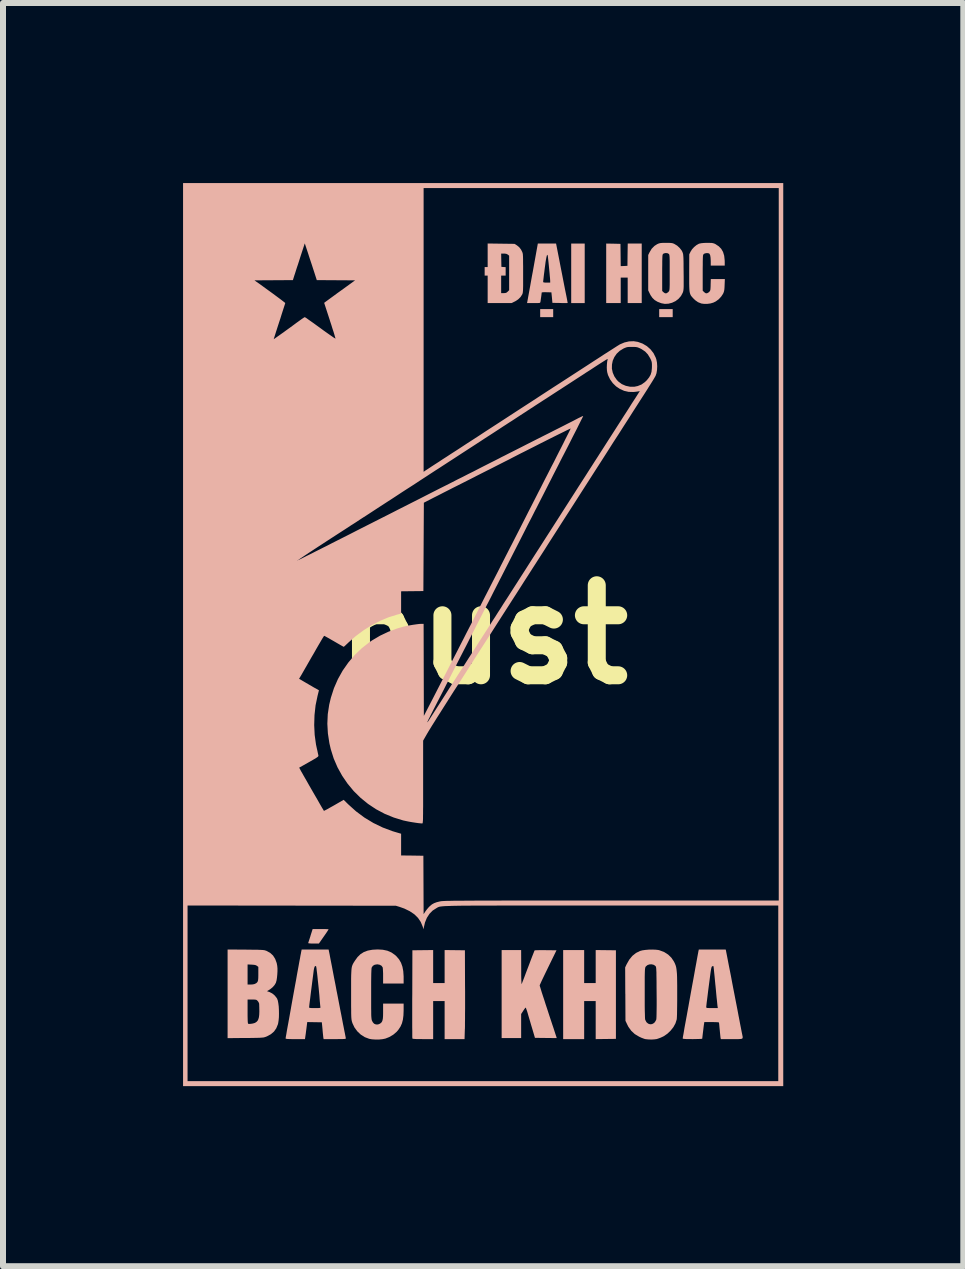
<source format=kicad_pcb>
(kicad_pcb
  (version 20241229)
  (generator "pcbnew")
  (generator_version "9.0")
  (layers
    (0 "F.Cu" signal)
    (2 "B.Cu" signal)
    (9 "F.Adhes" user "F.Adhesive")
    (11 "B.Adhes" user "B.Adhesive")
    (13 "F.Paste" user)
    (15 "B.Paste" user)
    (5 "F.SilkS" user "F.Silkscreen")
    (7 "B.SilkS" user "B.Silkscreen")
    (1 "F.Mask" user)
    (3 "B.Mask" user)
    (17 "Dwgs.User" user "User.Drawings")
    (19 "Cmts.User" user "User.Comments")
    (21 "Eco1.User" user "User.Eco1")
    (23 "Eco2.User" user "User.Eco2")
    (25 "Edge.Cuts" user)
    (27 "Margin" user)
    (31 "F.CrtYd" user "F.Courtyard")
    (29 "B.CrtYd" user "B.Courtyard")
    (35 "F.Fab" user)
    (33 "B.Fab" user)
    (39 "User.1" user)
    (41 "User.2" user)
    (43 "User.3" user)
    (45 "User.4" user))
  (footprint "hust"
    (layer "F.Cu")
    (at 5 7.523)
    (property "Reference" "hust" (at 0 0 0) (layer "F.SilkS") (effects (font (size 1.5 1.5) (thickness 0.3))))
    (attr board_only exclude_from_pos_files exclude_from_bom)
    (fp_poly (pts (xy 1.167 -5.356) (xy 1.167 -5.289) (xy 1.058 -5.289) (xy 0.95 -5.289) (xy 0.95 -5.356) (xy 0.95 -5.423) (xy 1.058 -5.423) (xy 1.167 -5.423)) (stroke (width 0) (type solid)) (fill yes) (layer "B.SilkS"))
    (fp_poly (pts (xy 1.692 -6.019) (xy 1.692 -5.523) (xy 1.579 -5.523) (xy 1.467 -5.523) (xy 1.467 -6.019) (xy 1.467 -6.515) (xy 1.579 -6.515) (xy 1.692 -6.515)) (stroke (width 0) (type solid)) (fill yes) (layer "B.SilkS"))
    (fp_poly (pts (xy 3.158 -5.356) (xy 3.158 -5.289) (xy 3.046 -5.289) (xy 2.933 -5.289) (xy 2.933 -5.356) (xy 2.933 -5.423) (xy 3.046 -5.423) (xy 3.158 -5.423)) (stroke (width 0) (type solid)) (fill yes) (layer "B.SilkS"))
    (fp_poly (pts (xy -2.663 4.906) (xy -2.624 4.907) (xy -2.595 4.908) (xy -2.578 4.91) (xy -2.575 4.911) (xy -2.58 4.919) (xy -2.592 4.938) (xy -2.611 4.967) (xy -2.635 5.002) (xy -2.656 5.032) (xy -2.737 5.148) (xy -2.828 5.148) (xy -2.869 5.147) (xy -2.896 5.145) (xy -2.911 5.143) (xy -2.915 5.138) (xy -2.914 5.137) (xy -2.911 5.126) (xy -2.903 5.102) (xy -2.892 5.068) (xy -2.879 5.028) (xy -2.876 5.016) (xy -2.841 4.906) (xy -2.708 4.906)) (stroke (width 0) (type solid)) (fill yes) (layer "B.SilkS"))
    (fp_poly (pts (xy 2.044 5.258) (xy 2.212 5.26) (xy 2.212 5.998) (xy 2.212 6.736) (xy 2.044 6.738) (xy 1.875 6.74) (xy 1.875 6.423) (xy 1.875 6.106) (xy 1.779 6.106) (xy 1.683 6.106) (xy 1.683 6.423) (xy 1.683 6.74) (xy 1.508 6.74) (xy 1.333 6.74) (xy 1.333 5.998) (xy 1.333 5.256) (xy 1.508 5.256) (xy 1.683 5.256) (xy 1.683 5.531) (xy 1.683 5.806) (xy 1.779 5.806) (xy 1.875 5.806) (xy 1.875 5.531) (xy 1.875 5.256)) (stroke (width 0) (type solid)) (fill yes) (layer "B.SilkS"))
    (fp_poly (pts (xy 2.169 -6.513) (xy 2.288 -6.51) (xy 2.29 -6.325) (xy 2.292 -6.139) (xy 2.348 -6.141) (xy 2.404 -6.144) (xy 2.406 -6.329) (xy 2.409 -6.515) (xy 2.525 -6.515) (xy 2.642 -6.515) (xy 2.642 -6.019) (xy 2.642 -5.523) (xy 2.525 -5.523) (xy 2.408 -5.523) (xy 2.408 -5.735) (xy 2.408 -5.948) (xy 2.35 -5.948) (xy 2.292 -5.948) (xy 2.292 -5.735) (xy 2.292 -5.523) (xy 2.171 -5.523) (xy 2.05 -5.523) (xy 2.05 -6.019) (xy 2.05 -6.515)) (stroke (width 0) (type solid)) (fill yes) (layer "B.SilkS"))
    (fp_poly (pts (xy -0.473 5.258) (xy -0.304 5.26) (xy -0.302 5.839) (xy -0.301 5.941) (xy -0.301 6.043) (xy -0.301 6.141) (xy -0.301 6.235) (xy -0.302 6.322) (xy -0.302 6.4) (xy -0.303 6.469) (xy -0.303 6.525) (xy -0.304 6.567) (xy -0.305 6.579) (xy -0.31 6.74) (xy -0.476 6.74) (xy -0.642 6.74) (xy -0.642 6.423) (xy -0.642 6.106) (xy -0.738 6.106) (xy -0.833 6.106) (xy -0.833 6.423) (xy -0.833 6.74) (xy -1.004 6.74) (xy -1.066 6.739) (xy -1.112 6.739) (xy -1.145 6.737) (xy -1.166 6.735) (xy -1.177 6.732) (xy -1.179 6.729) (xy -1.18 6.72) (xy -1.181 6.694) (xy -1.181 6.655) (xy -1.181 6.603) (xy -1.182 6.538) (xy -1.182 6.463) (xy -1.182 6.379) (xy -1.182 6.287) (xy -1.182 6.188) (xy -1.182 6.082) (xy -1.181 5.989) (xy -1.179 5.26) (xy -1.006 5.258) (xy -0.833 5.256) (xy -0.833 5.531) (xy -0.833 5.806) (xy -0.738 5.806) (xy -0.642 5.806) (xy -0.642 5.531) (xy -0.642 5.256)) (stroke (width 0) (type solid)) (fill yes) (layer "B.SilkS"))
    (fp_poly (pts (xy 0.299 -6.513) (xy 0.522 -6.51) (xy 0.563 -6.485) (xy 0.6 -6.455) (xy 0.631 -6.415) (xy 0.653 -6.371) (xy 0.661 -6.342) (xy 0.662 -6.326) (xy 0.664 -6.296) (xy 0.665 -6.254) (xy 0.665 -6.201) (xy 0.666 -6.14) (xy 0.666 -6.073) (xy 0.666 -6.006) (xy 0.666 -5.926) (xy 0.666 -5.861) (xy 0.666 -5.809) (xy 0.665 -5.768) (xy 0.664 -5.737) (xy 0.662 -5.714) (xy 0.66 -5.696) (xy 0.657 -5.683) (xy 0.653 -5.673) (xy 0.651 -5.668) (xy 0.623 -5.624) (xy 0.582 -5.584) (xy 0.531 -5.551) (xy 0.521 -5.547) (xy 0.471 -5.523) (xy 0.273 -5.523) (xy 0.075 -5.523) (xy 0.075 -5.752) (xy 0.075 -5.981) (xy 0.05 -5.981) (xy 0.025 -5.981) (xy 0.025 -6.052) (xy 0.025 -6.123) (xy 0.05 -6.123) (xy 0.075 -6.123) (xy 0.075 -6.319) (xy 0.075 -6.348) (xy 0.3 -6.348) (xy 0.302 -6.237) (xy 0.304 -6.127) (xy 0.34 -6.124) (xy 0.375 -6.122) (xy 0.375 -6.052) (xy 0.375 -5.981) (xy 0.338 -5.981) (xy 0.3 -5.981) (xy 0.3 -5.835) (xy 0.3 -5.689) (xy 0.342 -5.689) (xy 0.371 -5.691) (xy 0.39 -5.698) (xy 0.408 -5.713) (xy 0.409 -5.714) (xy 0.433 -5.738) (xy 0.433 -6.026) (xy 0.433 -6.313) (xy 0.411 -6.331) (xy 0.389 -6.343) (xy 0.359 -6.348) (xy 0.344 -6.348) (xy 0.3 -6.348) (xy 0.075 -6.348) (xy 0.075 -6.516)) (stroke (width 0) (type solid)) (fill yes) (layer "B.SilkS"))
    (fp_poly (pts (xy 0.634 5.546) (xy 0.634 5.617) (xy 0.634 5.68) (xy 0.635 5.734) (xy 0.637 5.776) (xy 0.638 5.806) (xy 0.64 5.821) (xy 0.641 5.823) (xy 0.646 5.812) (xy 0.655 5.788) (xy 0.669 5.752) (xy 0.687 5.706) (xy 0.707 5.652) (xy 0.73 5.591) (xy 0.75 5.539) (xy 0.774 5.476) (xy 0.796 5.417) (xy 0.816 5.365) (xy 0.833 5.322) (xy 0.846 5.289) (xy 0.854 5.268) (xy 0.858 5.262) (xy 0.867 5.26) (xy 0.891 5.259) (xy 0.927 5.258) (xy 0.972 5.257) (xy 1.023 5.258) (xy 1.043 5.258) (xy 1.222 5.26) (xy 1.082 5.547) (xy 1.051 5.611) (xy 1.022 5.671) (xy 0.996 5.725) (xy 0.974 5.771) (xy 0.958 5.807) (xy 0.946 5.833) (xy 0.942 5.845) (xy 0.942 5.845) (xy 0.944 5.856) (xy 0.952 5.88) (xy 0.963 5.917) (xy 0.978 5.966) (xy 0.997 6.024) (xy 1.019 6.09) (xy 1.042 6.163) (xy 1.068 6.241) (xy 1.078 6.272) (xy 1.104 6.352) (xy 1.129 6.427) (xy 1.152 6.497) (xy 1.173 6.559) (xy 1.19 6.612) (xy 1.204 6.655) (xy 1.214 6.685) (xy 1.22 6.702) (xy 1.22 6.704) (xy 1.226 6.723) (xy 1.044 6.721) (xy 0.863 6.719) (xy 0.816 6.56) (xy 0.799 6.504) (xy 0.782 6.445) (xy 0.765 6.388) (xy 0.751 6.34) (xy 0.742 6.308) (xy 0.731 6.272) (xy 0.72 6.242) (xy 0.713 6.222) (xy 0.708 6.215) (xy 0.701 6.221) (xy 0.688 6.238) (xy 0.671 6.263) (xy 0.667 6.269) (xy 0.633 6.322) (xy 0.633 6.523) (xy 0.633 6.723) (xy 0.471 6.723) (xy 0.308 6.723) (xy 0.308 5.989) (xy 0.308 5.256) (xy 0.471 5.256) (xy 0.633 5.256)) (stroke (width 0) (type solid)) (fill yes) (layer "B.SilkS"))
    (fp_poly (pts (xy 1.267 -6.25) (xy 1.282 -6.171) (xy 1.299 -6.084) (xy 1.317 -5.993) (xy 1.334 -5.905) (xy 1.35 -5.823) (xy 1.363 -5.757) (xy 1.375 -5.698) (xy 1.386 -5.644) (xy 1.395 -5.598) (xy 1.402 -5.561) (xy 1.406 -5.536) (xy 1.408 -5.526) (xy 1.408 -5.525) (xy 1.4 -5.524) (xy 1.379 -5.524) (xy 1.346 -5.524) (xy 1.305 -5.524) (xy 1.281 -5.525) (xy 1.154 -5.527) (xy 1.146 -5.614) (xy 1.137 -5.702) (xy 1.056 -5.704) (xy 1.019 -5.705) (xy 0.991 -5.703) (xy 0.977 -5.7) (xy 0.975 -5.699) (xy 0.974 -5.685) (xy 0.971 -5.66) (xy 0.967 -5.629) (xy 0.962 -5.596) (xy 0.958 -5.566) (xy 0.955 -5.546) (xy 0.954 -5.541) (xy 0.951 -5.534) (xy 0.947 -5.529) (xy 0.936 -5.525) (xy 0.918 -5.524) (xy 0.889 -5.523) (xy 0.846 -5.523) (xy 0.84 -5.523) (xy 0.731 -5.523) (xy 0.736 -5.546) (xy 0.738 -5.558) (xy 0.743 -5.585) (xy 0.75 -5.625) (xy 0.76 -5.678) (xy 0.771 -5.74) (xy 0.784 -5.811) (xy 0.796 -5.879) (xy 1 -5.879) (xy 1.002 -5.871) (xy 1.011 -5.867) (xy 1.031 -5.865) (xy 1.058 -5.864) (xy 1.117 -5.864) (xy 1.117 -5.892) (xy 1.116 -5.908) (xy 1.114 -5.938) (xy 1.11 -5.978) (xy 1.106 -6.026) (xy 1.101 -6.078) (xy 1.096 -6.131) (xy 1.091 -6.182) (xy 1.086 -6.229) (xy 1.082 -6.267) (xy 1.079 -6.295) (xy 1.079 -6.297) (xy 1.074 -6.32) (xy 1.069 -6.328) (xy 1.063 -6.321) (xy 1.057 -6.299) (xy 1.049 -6.261) (xy 1.04 -6.208) (xy 1.031 -6.138) (xy 1.026 -6.102) (xy 1.019 -6.044) (xy 1.012 -5.992) (xy 1.007 -5.946) (xy 1.003 -5.911) (xy 1 -5.887) (xy 1 -5.879) (xy 0.796 -5.879) (xy 0.798 -5.89) (xy 0.813 -5.974) (xy 0.826 -6.042) (xy 0.911 -6.515) (xy 1.063 -6.515) (xy 1.215 -6.515)) (stroke (width 0) (type solid)) (fill yes) (layer "B.SilkS"))
    (fp_poly (pts (xy 3.779 -6.526) (xy 3.809 -6.525) (xy 3.831 -6.521) (xy 3.851 -6.515) (xy 3.872 -6.505) (xy 3.873 -6.504) (xy 3.926 -6.469) (xy 3.967 -6.427) (xy 3.997 -6.375) (xy 4.016 -6.312) (xy 4.024 -6.237) (xy 4.025 -6.205) (xy 4.025 -6.148) (xy 3.908 -6.148) (xy 3.792 -6.148) (xy 3.792 -6.222) (xy 3.789 -6.278) (xy 3.783 -6.318) (xy 3.772 -6.343) (xy 3.764 -6.35) (xy 3.742 -6.356) (xy 3.713 -6.355) (xy 3.687 -6.348) (xy 3.675 -6.34) (xy 3.671 -6.335) (xy 3.667 -6.328) (xy 3.664 -6.319) (xy 3.662 -6.304) (xy 3.661 -6.283) (xy 3.66 -6.254) (xy 3.659 -6.215) (xy 3.659 -6.164) (xy 3.658 -6.099) (xy 3.658 -6.026) (xy 3.658 -5.73) (xy 3.683 -5.705) (xy 3.706 -5.688) (xy 3.728 -5.686) (xy 3.752 -5.698) (xy 3.767 -5.711) (xy 3.776 -5.721) (xy 3.782 -5.732) (xy 3.786 -5.748) (xy 3.788 -5.772) (xy 3.79 -5.808) (xy 3.79 -5.827) (xy 3.793 -5.923) (xy 3.91 -5.923) (xy 4.027 -5.923) (xy 4.023 -5.823) (xy 4.021 -5.778) (xy 4.018 -5.745) (xy 4.013 -5.72) (xy 4.006 -5.698) (xy 3.997 -5.678) (xy 3.966 -5.631) (xy 3.925 -5.587) (xy 3.876 -5.551) (xy 3.835 -5.531) (xy 3.787 -5.517) (xy 3.733 -5.51) (xy 3.681 -5.51) (xy 3.636 -5.516) (xy 3.633 -5.517) (xy 3.58 -5.538) (xy 3.533 -5.571) (xy 3.5 -5.603) (xy 3.484 -5.621) (xy 3.47 -5.637) (xy 3.459 -5.653) (xy 3.451 -5.671) (xy 3.444 -5.693) (xy 3.439 -5.72) (xy 3.436 -5.754) (xy 3.434 -5.797) (xy 3.433 -5.85) (xy 3.433 -5.916) (xy 3.433 -5.997) (xy 3.433 -6.025) (xy 3.434 -6.335) (xy 3.455 -6.379) (xy 3.48 -6.419) (xy 3.515 -6.457) (xy 3.554 -6.489) (xy 3.593 -6.511) (xy 3.606 -6.515) (xy 3.635 -6.521) (xy 3.677 -6.525) (xy 3.726 -6.527) (xy 3.737 -6.527)) (stroke (width 0) (type solid)) (fill yes) (layer "B.SilkS"))
    (fp_poly (pts (xy 3.091 -6.527) (xy 3.124 -6.525) (xy 3.149 -6.522) (xy 3.169 -6.516) (xy 3.185 -6.509) (xy 3.233 -6.48) (xy 3.275 -6.441) (xy 3.309 -6.397) (xy 3.318 -6.379) (xy 3.323 -6.367) (xy 3.327 -6.355) (xy 3.331 -6.342) (xy 3.333 -6.326) (xy 3.335 -6.304) (xy 3.337 -6.275) (xy 3.338 -6.237) (xy 3.339 -6.188) (xy 3.339 -6.126) (xy 3.34 -6.05) (xy 3.34 -6.039) (xy 3.341 -5.96) (xy 3.341 -5.897) (xy 3.341 -5.846) (xy 3.341 -5.806) (xy 3.34 -5.775) (xy 3.338 -5.752) (xy 3.336 -5.734) (xy 3.333 -5.719) (xy 3.329 -5.707) (xy 3.325 -5.695) (xy 3.296 -5.641) (xy 3.255 -5.594) (xy 3.205 -5.556) (xy 3.148 -5.529) (xy 3.087 -5.513) (xy 3.026 -5.51) (xy 2.967 -5.521) (xy 2.905 -5.545) (xy 2.857 -5.574) (xy 2.82 -5.61) (xy 2.789 -5.655) (xy 2.778 -5.677) (xy 2.75 -5.735) (xy 2.75 -6.027) (xy 2.983 -6.027) (xy 2.983 -5.725) (xy 3.006 -5.703) (xy 3.031 -5.686) (xy 3.056 -5.687) (xy 3.081 -5.704) (xy 3.09 -5.713) (xy 3.094 -5.719) (xy 3.098 -5.726) (xy 3.102 -5.735) (xy 3.104 -5.748) (xy 3.106 -5.767) (xy 3.107 -5.793) (xy 3.108 -5.829) (xy 3.108 -5.875) (xy 3.108 -5.935) (xy 3.108 -6.009) (xy 3.108 -6.032) (xy 3.108 -6.11) (xy 3.108 -6.174) (xy 3.108 -6.224) (xy 3.107 -6.262) (xy 3.106 -6.291) (xy 3.104 -6.311) (xy 3.102 -6.325) (xy 3.099 -6.334) (xy 3.096 -6.34) (xy 3.092 -6.343) (xy 3.069 -6.355) (xy 3.039 -6.357) (xy 3.012 -6.351) (xy 2.999 -6.343) (xy 2.995 -6.339) (xy 2.992 -6.333) (xy 2.989 -6.323) (xy 2.987 -6.308) (xy 2.986 -6.287) (xy 2.985 -6.257) (xy 2.984 -6.217) (xy 2.984 -6.166) (xy 2.983 -6.1) (xy 2.983 -6.027) (xy 2.75 -6.027) (xy 2.75 -6.029) (xy 2.75 -6.324) (xy 2.771 -6.367) (xy 2.807 -6.428) (xy 2.853 -6.475) (xy 2.898 -6.504) (xy 2.92 -6.514) (xy 2.939 -6.52) (xy 2.96 -6.524) (xy 2.987 -6.526) (xy 3.025 -6.527) (xy 3.046 -6.527)) (stroke (width 0) (type solid)) (fill yes) (layer "B.SilkS"))
    (fp_poly (pts (xy -1.672 5.251) (xy -1.596 5.267) (xy -1.529 5.296) (xy -1.469 5.338) (xy -1.442 5.363) (xy -1.4 5.413) (xy -1.368 5.469) (xy -1.345 5.534) (xy -1.331 5.608) (xy -1.325 5.696) (xy -1.325 5.723) (xy -1.325 5.814) (xy -1.496 5.814) (xy -1.667 5.814) (xy -1.667 5.69) (xy -1.667 5.644) (xy -1.669 5.603) (xy -1.671 5.57) (xy -1.673 5.549) (xy -1.675 5.544) (xy -1.693 5.518) (xy -1.724 5.501) (xy -1.763 5.494) (xy -1.766 5.494) (xy -1.807 5.501) (xy -1.838 5.519) (xy -1.857 5.548) (xy -1.858 5.549) (xy -1.86 5.565) (xy -1.862 5.597) (xy -1.864 5.646) (xy -1.865 5.711) (xy -1.866 5.793) (xy -1.866 5.89) (xy -1.866 5.989) (xy -1.866 6.083) (xy -1.866 6.162) (xy -1.866 6.227) (xy -1.865 6.28) (xy -1.865 6.322) (xy -1.864 6.356) (xy -1.862 6.381) (xy -1.86 6.4) (xy -1.858 6.414) (xy -1.855 6.425) (xy -1.852 6.434) (xy -1.851 6.436) (xy -1.837 6.461) (xy -1.82 6.48) (xy -1.816 6.484) (xy -1.786 6.496) (xy -1.752 6.496) (xy -1.72 6.483) (xy -1.717 6.481) (xy -1.699 6.467) (xy -1.686 6.45) (xy -1.677 6.427) (xy -1.671 6.397) (xy -1.668 6.357) (xy -1.667 6.304) (xy -1.667 6.278) (xy -1.667 6.148) (xy -1.496 6.148) (xy -1.325 6.148) (xy -1.325 6.258) (xy -1.328 6.343) (xy -1.337 6.415) (xy -1.353 6.477) (xy -1.377 6.531) (xy -1.41 6.581) (xy -1.44 6.617) (xy -1.497 6.666) (xy -1.565 6.706) (xy -1.628 6.731) (xy -1.677 6.741) (xy -1.735 6.747) (xy -1.797 6.747) (xy -1.855 6.743) (xy -1.899 6.735) (xy -1.973 6.707) (xy -2.039 6.665) (xy -2.097 6.61) (xy -2.144 6.546) (xy -2.178 6.474) (xy -2.183 6.458) (xy -2.187 6.445) (xy -2.19 6.432) (xy -2.193 6.416) (xy -2.195 6.397) (xy -2.197 6.373) (xy -2.198 6.342) (xy -2.199 6.303) (xy -2.199 6.254) (xy -2.2 6.194) (xy -2.2 6.121) (xy -2.2 6.034) (xy -2.2 5.985) (xy -2.2 5.888) (xy -2.2 5.805) (xy -2.2 5.736) (xy -2.199 5.679) (xy -2.197 5.632) (xy -2.195 5.594) (xy -2.192 5.563) (xy -2.188 5.538) (xy -2.182 5.517) (xy -2.175 5.499) (xy -2.166 5.481) (xy -2.155 5.462) (xy -2.142 5.442) (xy -2.137 5.434) (xy -2.093 5.373) (xy -2.044 5.325) (xy -1.987 5.289) (xy -1.922 5.265) (xy -1.846 5.251) (xy -1.758 5.246)) (stroke (width 0) (type solid)) (fill yes) (layer "B.SilkS"))
    (fp_poly (pts (xy -3.956 5.249) (xy -3.877 5.25) (xy -3.813 5.251) (xy -3.761 5.251) (xy -3.721 5.253) (xy -3.69 5.254) (xy -3.666 5.256) (xy -3.648 5.258) (xy -3.633 5.262) (xy -3.621 5.266) (xy -3.608 5.27) (xy -3.608 5.271) (xy -3.549 5.303) (xy -3.501 5.347) (xy -3.465 5.404) (xy -3.44 5.472) (xy -3.431 5.518) (xy -3.427 5.56) (xy -3.427 5.61) (xy -3.43 5.663) (xy -3.435 5.715) (xy -3.442 5.761) (xy -3.452 5.796) (xy -3.454 5.803) (xy -3.476 5.84) (xy -3.509 5.877) (xy -3.55 5.91) (xy -3.566 5.92) (xy -3.602 5.941) (xy -3.559 5.956) (xy -3.514 5.979) (xy -3.472 6.014) (xy -3.439 6.056) (xy -3.432 6.068) (xy -3.421 6.099) (xy -3.413 6.142) (xy -3.406 6.195) (xy -3.403 6.254) (xy -3.402 6.314) (xy -3.403 6.374) (xy -3.408 6.428) (xy -3.415 6.474) (xy -3.42 6.494) (xy -3.447 6.56) (xy -3.485 6.614) (xy -3.536 6.658) (xy -3.6 6.693) (xy -3.615 6.699) (xy -3.628 6.704) (xy -3.641 6.708) (xy -3.655 6.712) (xy -3.674 6.714) (xy -3.697 6.716) (xy -3.728 6.718) (xy -3.769 6.719) (xy -3.82 6.72) (xy -3.884 6.721) (xy -3.96 6.721) (xy -4.258 6.724) (xy -4.258 6.281) (xy -3.925 6.281) (xy -3.925 6.347) (xy -3.924 6.399) (xy -3.923 6.437) (xy -3.921 6.463) (xy -3.918 6.478) (xy -3.915 6.484) (xy -3.915 6.485) (xy -3.896 6.487) (xy -3.868 6.485) (xy -3.837 6.48) (xy -3.809 6.472) (xy -3.796 6.466) (xy -3.774 6.451) (xy -3.757 6.432) (xy -3.745 6.407) (xy -3.736 6.375) (xy -3.731 6.333) (xy -3.729 6.28) (xy -3.73 6.214) (xy -3.732 6.151) (xy -3.738 6.133) (xy -3.751 6.111) (xy -3.755 6.107) (xy -3.766 6.095) (xy -3.777 6.087) (xy -3.791 6.083) (xy -3.814 6.081) (xy -3.849 6.081) (xy -3.851 6.081) (xy -3.925 6.081) (xy -3.925 6.281) (xy -4.258 6.281) (xy -4.258 5.985) (xy -4.258 5.663) (xy -3.925 5.663) (xy -3.925 5.831) (xy -3.875 5.831) (xy -3.843 5.829) (xy -3.815 5.824) (xy -3.802 5.819) (xy -3.781 5.808) (xy -3.766 5.795) (xy -3.756 5.779) (xy -3.75 5.757) (xy -3.747 5.725) (xy -3.746 5.681) (xy -3.746 5.654) (xy -3.746 5.537) (xy -3.769 5.519) (xy -3.787 5.509) (xy -3.811 5.503) (xy -3.845 5.5) (xy -3.859 5.499) (xy -3.925 5.496) (xy -3.925 5.663) (xy -4.258 5.663) (xy -4.258 5.247)) (stroke (width 0) (type solid)) (fill yes) (layer "B.SilkS"))
    (fp_poly (pts (xy 2.872 5.25) (xy 2.918 5.255) (xy 2.938 5.26) (xy 3.017 5.29) (xy 3.083 5.332) (xy 3.137 5.385) (xy 3.177 5.445) (xy 3.19 5.47) (xy 3.2 5.493) (xy 3.209 5.517) (xy 3.216 5.544) (xy 3.221 5.574) (xy 3.225 5.61) (xy 3.229 5.654) (xy 3.231 5.706) (xy 3.232 5.769) (xy 3.233 5.844) (xy 3.233 5.933) (xy 3.233 6.001) (xy 3.233 6.103) (xy 3.232 6.192) (xy 3.231 6.267) (xy 3.23 6.328) (xy 3.228 6.375) (xy 3.226 6.406) (xy 3.224 6.416) (xy 3.204 6.478) (xy 3.17 6.54) (xy 3.124 6.598) (xy 3.071 6.649) (xy 3.012 6.69) (xy 2.992 6.7) (xy 2.957 6.716) (xy 2.922 6.729) (xy 2.895 6.738) (xy 2.892 6.739) (xy 2.855 6.744) (xy 2.81 6.747) (xy 2.761 6.746) (xy 2.718 6.742) (xy 2.696 6.739) (xy 2.673 6.731) (xy 2.641 6.719) (xy 2.606 6.703) (xy 2.596 6.698) (xy 2.526 6.656) (xy 2.467 6.601) (xy 2.419 6.534) (xy 2.402 6.5) (xy 2.371 6.435) (xy 2.369 5.99) (xy 2.368 5.979) (xy 2.692 5.979) (xy 2.692 6.09) (xy 2.692 6.185) (xy 2.693 6.265) (xy 2.695 6.328) (xy 2.696 6.375) (xy 2.698 6.406) (xy 2.701 6.42) (xy 2.721 6.458) (xy 2.749 6.482) (xy 2.781 6.493) (xy 2.814 6.49) (xy 2.847 6.472) (xy 2.852 6.467) (xy 2.87 6.443) (xy 2.883 6.417) (xy 2.884 6.415) (xy 2.886 6.399) (xy 2.888 6.366) (xy 2.889 6.318) (xy 2.89 6.254) (xy 2.891 6.176) (xy 2.891 6.083) (xy 2.89 5.976) (xy 2.89 5.963) (xy 2.889 5.868) (xy 2.889 5.789) (xy 2.888 5.723) (xy 2.887 5.67) (xy 2.887 5.627) (xy 2.885 5.595) (xy 2.884 5.57) (xy 2.882 5.553) (xy 2.88 5.54) (xy 2.877 5.532) (xy 2.874 5.527) (xy 2.872 5.523) (xy 2.844 5.503) (xy 2.809 5.494) (xy 2.772 5.495) (xy 2.739 5.506) (xy 2.713 5.527) (xy 2.708 5.533) (xy 2.704 5.54) (xy 2.701 5.548) (xy 2.699 5.558) (xy 2.697 5.573) (xy 2.695 5.593) (xy 2.694 5.62) (xy 2.693 5.655) (xy 2.692 5.701) (xy 2.692 5.757) (xy 2.692 5.827) (xy 2.692 5.91) (xy 2.692 5.979) (xy 2.368 5.979) (xy 2.366 5.545) (xy 2.391 5.492) (xy 2.435 5.415) (xy 2.486 5.353) (xy 2.546 5.305) (xy 2.614 5.271) (xy 2.615 5.271) (xy 2.653 5.261) (xy 2.703 5.254) (xy 2.76 5.249) (xy 2.818 5.248)) (stroke (width 0) (type solid)) (fill yes) (layer "B.SilkS"))
    (fp_poly (pts (xy -2.571 5.266) (xy -2.569 5.277) (xy -2.564 5.3) (xy -2.557 5.335) (xy -2.548 5.384) (xy -2.536 5.446) (xy -2.521 5.522) (xy -2.504 5.612) (xy -2.484 5.717) (xy -2.46 5.838) (xy -2.442 5.935) (xy -2.431 5.989) (xy -2.419 6.051) (xy -2.406 6.119) (xy -2.392 6.191) (xy -2.378 6.265) (xy -2.363 6.34) (xy -2.349 6.413) (xy -2.336 6.482) (xy -2.323 6.547) (xy -2.312 6.604) (xy -2.302 6.653) (xy -2.295 6.69) (xy -2.29 6.715) (xy -2.288 6.725) (xy -2.288 6.73) (xy -2.292 6.733) (xy -2.301 6.736) (xy -2.318 6.738) (xy -2.344 6.739) (xy -2.382 6.739) (xy -2.433 6.74) (xy -2.471 6.74) (xy -2.658 6.74) (xy -2.662 6.721) (xy -2.664 6.706) (xy -2.667 6.678) (xy -2.671 6.641) (xy -2.675 6.598) (xy -2.676 6.581) (xy -2.688 6.46) (xy -2.809 6.458) (xy -2.931 6.456) (xy -2.945 6.567) (xy -2.951 6.611) (xy -2.956 6.652) (xy -2.961 6.685) (xy -2.964 6.707) (xy -2.964 6.708) (xy -2.969 6.74) (xy -3.13 6.74) (xy -3.187 6.74) (xy -3.228 6.739) (xy -3.258 6.738) (xy -3.276 6.736) (xy -3.287 6.733) (xy -3.291 6.729) (xy -3.292 6.727) (xy -3.29 6.717) (xy -3.286 6.693) (xy -3.279 6.655) (xy -3.271 6.605) (xy -3.26 6.544) (xy -3.247 6.474) (xy -3.233 6.397) (xy -3.218 6.313) (xy -3.202 6.224) (xy -3.2 6.21) (xy -2.9 6.21) (xy -2.897 6.216) (xy -2.888 6.22) (xy -2.869 6.222) (xy -2.838 6.223) (xy -2.804 6.223) (xy -2.763 6.223) (xy -2.736 6.222) (xy -2.72 6.22) (xy -2.712 6.217) (xy -2.711 6.211) (xy -2.712 6.204) (xy -2.714 6.187) (xy -2.717 6.159) (xy -2.72 6.125) (xy -2.721 6.119) (xy -2.725 6.069) (xy -2.729 6.012) (xy -2.735 5.95) (xy -2.741 5.885) (xy -2.748 5.82) (xy -2.755 5.756) (xy -2.761 5.696) (xy -2.767 5.642) (xy -2.773 5.596) (xy -2.777 5.56) (xy -2.781 5.537) (xy -2.783 5.528) (xy -2.796 5.521) (xy -2.806 5.53) (xy -2.815 5.554) (xy -2.823 5.594) (xy -2.824 5.603) (xy -2.832 5.667) (xy -2.841 5.736) (xy -2.85 5.806) (xy -2.859 5.877) (xy -2.868 5.946) (xy -2.876 6.011) (xy -2.883 6.07) (xy -2.89 6.121) (xy -2.895 6.163) (xy -2.898 6.193) (xy -2.9 6.209) (xy -2.9 6.21) (xy -3.2 6.21) (xy -3.186 6.132) (xy -3.169 6.038) (xy -3.152 5.944) (xy -3.135 5.85) (xy -3.118 5.759) (xy -3.103 5.672) (xy -3.088 5.59) (xy -3.074 5.514) (xy -3.062 5.447) (xy -3.051 5.39) (xy -3.043 5.343) (xy -3.036 5.31) (xy -3.033 5.291) (xy -3.024 5.248) (xy -2.8 5.248) (xy -2.575 5.248)) (stroke (width 0) (type solid)) (fill yes) (layer "B.SilkS"))
    (fp_poly (pts (xy 4.046 5.266) (xy 4.048 5.278) (xy 4.053 5.304) (xy 4.061 5.344) (xy 4.071 5.396) (xy 4.083 5.459) (xy 4.097 5.531) (xy 4.113 5.611) (xy 4.13 5.697) (xy 4.147 5.789) (xy 4.165 5.883) (xy 4.184 5.98) (xy 4.203 6.078) (xy 4.222 6.175) (xy 4.24 6.269) (xy 4.257 6.36) (xy 4.259 6.369) (xy 4.271 6.431) (xy 4.282 6.49) (xy 4.293 6.545) (xy 4.302 6.592) (xy 4.309 6.628) (xy 4.313 6.647) (xy 4.319 6.677) (xy 4.324 6.7) (xy 4.324 6.716) (xy 4.32 6.728) (xy 4.307 6.735) (xy 4.286 6.738) (xy 4.253 6.74) (xy 4.208 6.74) (xy 4.148 6.74) (xy 4.142 6.74) (xy 3.96 6.74) (xy 3.955 6.717) (xy 3.953 6.7) (xy 3.95 6.671) (xy 3.946 6.632) (xy 3.942 6.589) (xy 3.941 6.581) (xy 3.937 6.54) (xy 3.934 6.504) (xy 3.931 6.477) (xy 3.928 6.464) (xy 3.928 6.463) (xy 3.919 6.46) (xy 3.896 6.458) (xy 3.862 6.457) (xy 3.822 6.456) (xy 3.804 6.456) (xy 3.685 6.456) (xy 3.68 6.488) (xy 3.677 6.507) (xy 3.673 6.537) (xy 3.669 6.573) (xy 3.664 6.613) (xy 3.659 6.653) (xy 3.655 6.688) (xy 3.652 6.716) (xy 3.65 6.731) (xy 3.65 6.733) (xy 3.642 6.735) (xy 3.62 6.737) (xy 3.586 6.738) (xy 3.544 6.739) (xy 3.494 6.74) (xy 3.487 6.74) (xy 3.429 6.739) (xy 3.385 6.739) (xy 3.355 6.737) (xy 3.336 6.735) (xy 3.327 6.732) (xy 3.325 6.729) (xy 3.326 6.718) (xy 3.33 6.693) (xy 3.337 6.657) (xy 3.345 6.61) (xy 3.354 6.555) (xy 3.365 6.495) (xy 3.367 6.485) (xy 3.392 6.349) (xy 3.416 6.216) (xy 3.418 6.206) (xy 3.717 6.206) (xy 3.718 6.213) (xy 3.722 6.218) (xy 3.733 6.221) (xy 3.754 6.222) (xy 3.786 6.223) (xy 3.813 6.223) (xy 3.91 6.223) (xy 3.905 6.192) (xy 3.903 6.176) (xy 3.9 6.147) (xy 3.896 6.104) (xy 3.89 6.052) (xy 3.884 5.99) (xy 3.878 5.923) (xy 3.871 5.851) (xy 3.87 5.844) (xy 3.863 5.773) (xy 3.857 5.707) (xy 3.851 5.649) (xy 3.846 5.6) (xy 3.842 5.561) (xy 3.839 5.536) (xy 3.837 5.524) (xy 3.837 5.524) (xy 3.828 5.524) (xy 3.818 5.526) (xy 3.812 5.53) (xy 3.807 5.538) (xy 3.802 5.554) (xy 3.797 5.579) (xy 3.791 5.615) (xy 3.784 5.666) (xy 3.784 5.667) (xy 3.771 5.766) (xy 3.759 5.858) (xy 3.748 5.942) (xy 3.739 6.017) (xy 3.731 6.081) (xy 3.724 6.134) (xy 3.72 6.173) (xy 3.717 6.197) (xy 3.717 6.206) (xy 3.418 6.206) (xy 3.439 6.088) (xy 3.461 5.966) (xy 3.482 5.85) (xy 3.502 5.742) (xy 3.52 5.642) (xy 3.536 5.552) (xy 3.551 5.472) (xy 3.563 5.404) (xy 3.573 5.349) (xy 3.581 5.307) (xy 3.586 5.279) (xy 3.589 5.266) (xy 3.589 5.266) (xy 3.593 5.248) (xy 3.817 5.248) (xy 4.041 5.248)) (stroke (width 0) (type solid)) (fill yes) (layer "B.SilkS"))
    (fp_poly (pts (xy 5 -0.000001) (xy 5 7.523) (xy 0 7.523) (xy -5 7.523) (xy -5 5.977) (xy -4.925 5.977) (xy -4.925 7.44) (xy -0.004 7.44) (xy 4.917 7.44) (xy 4.917 5.977) (xy 4.917 4.514) (xy 2.135 4.514) (xy 1.877 4.514) (xy 1.635 4.514) (xy 1.409 4.514) (xy 1.198 4.514) (xy 1.002 4.514) (xy 0.819 4.514) (xy 0.65 4.514) (xy 0.494 4.514) (xy 0.35 4.514) (xy 0.218 4.515) (xy 0.097 4.515) (xy -0.013 4.515) (xy -0.112 4.516) (xy -0.202 4.516) (xy -0.283 4.517) (xy -0.354 4.517) (xy -0.418 4.518) (xy -0.475 4.519) (xy -0.524 4.52) (xy -0.566 4.522) (xy -0.603 4.523) (xy -0.634 4.524) (xy -0.661 4.526) (xy -0.683 4.528) (xy -0.701 4.53) (xy -0.715 4.532) (xy -0.727 4.534) (xy -0.737 4.537) (xy -0.745 4.54) (xy -0.752 4.543) (xy -0.758 4.546) (xy -0.764 4.549) (xy -0.77 4.553) (xy -0.777 4.557) (xy -0.841 4.598) (xy -0.894 4.652) (xy -0.937 4.718) (xy -0.969 4.796) (xy -0.988 4.877) (xy -0.993 4.91) (xy -1.008 4.864) (xy -1.04 4.788) (xy -1.086 4.72) (xy -1.147 4.66) (xy -1.223 4.609) (xy -1.313 4.565) (xy -1.392 4.537) (xy -1.454 4.518) (xy -3.19 4.516) (xy -4.925 4.514) (xy -4.925 5.977) (xy -5 5.977) (xy -5 0.736) (xy -3.067 0.736) (xy -2.986 0.784) (xy -2.95 0.805) (xy -2.917 0.824) (xy -2.892 0.839) (xy -2.879 0.846) (xy -2.86 0.857) (xy -2.832 0.874) (xy -2.8 0.892) (xy -2.795 0.894) (xy -2.736 0.928) (xy -2.759 1.02) (xy -2.792 1.178) (xy -2.81 1.342) (xy -2.815 1.508) (xy -2.807 1.672) (xy -2.785 1.832) (xy -2.77 1.901) (xy -2.761 1.94) (xy -2.754 1.975) (xy -2.748 2.001) (xy -2.745 2.013) (xy -2.745 2.02) (xy -2.748 2.028) (xy -2.755 2.036) (xy -2.77 2.047) (xy -2.792 2.062) (xy -2.825 2.081) (xy -2.87 2.107) (xy -2.903 2.126) (xy -3.065 2.217) (xy -3.036 2.272) (xy -3.027 2.288) (xy -3.011 2.315) (xy -2.99 2.353) (xy -2.964 2.398) (xy -2.934 2.45) (xy -2.902 2.507) (xy -2.868 2.566) (xy -2.833 2.627) (xy -2.798 2.687) (xy -2.765 2.744) (xy -2.735 2.797) (xy -2.708 2.844) (xy -2.685 2.884) (xy -2.667 2.913) (xy -2.656 2.932) (xy -2.653 2.937) (xy -2.645 2.934) (xy -2.626 2.924) (xy -2.595 2.908) (xy -2.557 2.886) (xy -2.512 2.861) (xy -2.487 2.847) (xy -2.324 2.753) (xy -2.247 2.829) (xy -2.118 2.945) (xy -1.978 3.049) (xy -1.829 3.139) (xy -1.672 3.215) (xy -1.509 3.276) (xy -1.452 3.293) (xy -1.367 3.318) (xy -1.367 3.499) (xy -1.367 3.68) (xy -1.181 3.682) (xy -0.996 3.685) (xy -0.994 4.171) (xy -0.992 4.658) (xy -0.96 4.609) (xy -0.936 4.577) (xy -0.908 4.544) (xy -0.888 4.524) (xy -0.853 4.495) (xy -0.817 4.475) (xy -0.774 4.459) (xy -0.721 4.446) (xy -0.705 4.443) (xy -0.697 4.442) (xy -0.686 4.441) (xy -0.672 4.44) (xy -0.655 4.439) (xy -0.633 4.438) (xy -0.607 4.437) (xy -0.576 4.437) (xy -0.539 4.436) (xy -0.496 4.435) (xy -0.446 4.435) (xy -0.388 4.434) (xy -0.323 4.434) (xy -0.25 4.433) (xy -0.168 4.433) (xy -0.076 4.432) (xy 0.026 4.432) (xy 0.138 4.432) (xy 0.261 4.432) (xy 0.396 4.431) (xy 0.542 4.431) (xy 0.701 4.431) (xy 0.874 4.431) (xy 1.06 4.431) (xy 1.26 4.431) (xy 1.475 4.431) (xy 1.705 4.431) (xy 1.95 4.431) (xy 2.147 4.431) (xy 4.925 4.431) (xy 4.925 -1.505) (xy 4.925 -7.44) (xy 1.967 -7.44) (xy -0.992 -7.44) (xy -0.992 -5.076) (xy -0.992 -2.712) (xy -0.969 -2.728) (xy -0.958 -2.736) (xy -0.934 -2.751) (xy -0.899 -2.774) (xy -0.854 -2.804) (xy -0.8 -2.839) (xy -0.739 -2.878) (xy -0.673 -2.922) (xy -0.601 -2.968) (xy -0.554 -2.999) (xy -0.503 -3.032) (xy -0.439 -3.073) (xy -0.364 -3.122) (xy -0.277 -3.179) (xy -0.181 -3.241) (xy -0.076 -3.309) (xy 0.036 -3.383) (xy 0.155 -3.46) (xy 0.28 -3.541) (xy 0.409 -3.625) (xy 0.541 -3.711) (xy 0.675 -3.798) (xy 0.811 -3.886) (xy 0.947 -3.975) (xy 1.033 -4.031) (xy 1.162 -4.115) (xy 1.288 -4.196) (xy 1.41 -4.275) (xy 1.527 -4.351) (xy 1.638 -4.423) (xy 1.743 -4.491) (xy 1.841 -4.555) (xy 1.931 -4.613) (xy 2.012 -4.666) (xy 2.084 -4.712) (xy 2.147 -4.752) (xy 2.198 -4.785) (xy 2.237 -4.81) (xy 2.265 -4.827) (xy 2.279 -4.836) (xy 2.28 -4.836) (xy 2.353 -4.867) (xy 2.43 -4.885) (xy 2.507 -4.888) (xy 2.577 -4.877) (xy 2.657 -4.848) (xy 2.728 -4.806) (xy 2.789 -4.752) (xy 2.839 -4.688) (xy 2.875 -4.615) (xy 2.885 -4.587) (xy 2.896 -4.532) (xy 2.9 -4.471) (xy 2.897 -4.41) (xy 2.888 -4.354) (xy 2.874 -4.314) (xy 2.865 -4.297) (xy 2.848 -4.268) (xy 2.824 -4.228) (xy 2.794 -4.18) (xy 2.759 -4.125) (xy 2.721 -4.064) (xy 2.68 -4) (xy 2.662 -3.972) (xy 2.613 -3.896) (xy 2.556 -3.807) (xy 2.491 -3.706) (xy 2.42 -3.594) (xy 2.342 -3.473) (xy 2.26 -3.344) (xy 2.172 -3.209) (xy 2.082 -3.067) (xy 1.988 -2.92) (xy 1.892 -2.771) (xy 1.794 -2.618) (xy 1.696 -2.465) (xy 1.598 -2.312) (xy 1.501 -2.16) (xy 1.405 -2.011) (xy 1.311 -1.865) (xy 1.221 -1.724) (xy 1.214 -1.713) (xy 1.149 -1.612) (xy 1.083 -1.509) (xy 1.018 -1.406) (xy 0.953 -1.305) (xy 0.89 -1.207) (xy 0.83 -1.114) (xy 0.775 -1.028) (xy 0.725 -0.95) (xy 0.681 -0.882) (xy 0.645 -0.825) (xy 0.629 -0.8) (xy 0.567 -0.703) (xy 0.496 -0.593) (xy 0.417 -0.47) (xy 0.331 -0.336) (xy 0.238 -0.191) (xy 0.139 -0.036) (xy 0.034 0.128) (xy -0.077 0.3) (xy -0.192 0.48) (xy -0.311 0.667) (xy -0.434 0.859) (xy -0.49 0.945) (xy -0.549 1.038) (xy -0.606 1.128) (xy -0.662 1.216) (xy -0.715 1.3) (xy -0.765 1.378) (xy -0.809 1.449) (xy -0.849 1.512) (xy -0.882 1.566) (xy -0.908 1.608) (xy -0.926 1.639) (xy -0.93 1.645) (xy -1 1.767) (xy -1 2.457) (xy -1 2.58) (xy -1 2.688) (xy -1 2.781) (xy -1 2.86) (xy -1.001 2.927) (xy -1.001 2.983) (xy -1.002 3.029) (xy -1.002 3.065) (xy -1.003 3.093) (xy -1.005 3.113) (xy -1.006 3.128) (xy -1.008 3.138) (xy -1.01 3.143) (xy -1.012 3.146) (xy -1.015 3.147) (xy -1.016 3.147) (xy -1.043 3.145) (xy -1.083 3.141) (xy -1.131 3.134) (xy -1.183 3.126) (xy -1.235 3.117) (xy -1.284 3.107) (xy -1.325 3.098) (xy -1.331 3.097) (xy -1.49 3.048) (xy -1.641 2.986) (xy -1.784 2.91) (xy -1.918 2.821) (xy -2.042 2.72) (xy -2.156 2.608) (xy -2.258 2.485) (xy -2.348 2.354) (xy -2.426 2.213) (xy -2.49 2.065) (xy -2.539 1.909) (xy -2.562 1.81) (xy -2.587 1.646) (xy -2.596 1.485) (xy -2.589 1.326) (xy -2.565 1.168) (xy -2.537 1.051) (xy -2.486 0.893) (xy -2.42 0.742) (xy -2.34 0.599) (xy -2.246 0.465) (xy -2.141 0.341) (xy -2.023 0.228) (xy -1.895 0.127) (xy -1.849 0.096) (xy -1.719 0.019) (xy -1.58 -0.047) (xy -1.435 -0.101) (xy -1.336 -0.13) (xy -1.285 -0.142) (xy -1.228 -0.153) (xy -1.169 -0.163) (xy -1.113 -0.171) (xy -1.065 -0.177) (xy -1.028 -0.179) (xy -1.025 -0.179) (xy -0.992 -0.179) (xy -0.99 0.588) (xy -0.988 1.355) (xy -0.838 1.065) (xy -0.755 0.903) (xy -0.679 0.755) (xy -0.608 0.618) (xy -0.544 0.492) (xy -0.484 0.376) (xy -0.428 0.267) (xy -0.376 0.165) (xy -0.326 0.068) (xy -0.279 -0.025) (xy -0.232 -0.116) (xy -0.186 -0.205) (xy -0.14 -0.295) (xy -0.108 -0.358) (xy -0.075 -0.424) (xy -0.039 -0.494) (xy -0.004 -0.563) (xy 0.03 -0.63) (xy 0.06 -0.688) (xy 0.079 -0.725) (xy 0.105 -0.776) (xy 0.136 -0.837) (xy 0.171 -0.905) (xy 0.207 -0.975) (xy 0.242 -1.043) (xy 0.263 -1.084) (xy 0.296 -1.15) (xy 0.333 -1.222) (xy 0.37 -1.295) (xy 0.406 -1.365) (xy 0.438 -1.428) (xy 0.454 -1.459) (xy 0.475 -1.499) (xy 0.502 -1.552) (xy 0.534 -1.615) (xy 0.571 -1.687) (xy 0.611 -1.765) (xy 0.653 -1.848) (xy 0.696 -1.932) (xy 0.739 -2.017) (xy 0.754 -2.047) (xy 0.797 -2.13) (xy 0.84 -2.215) (xy 0.882 -2.297) (xy 0.922 -2.376) (xy 0.96 -2.449) (xy 0.993 -2.515) (xy 1.021 -2.57) (xy 1.043 -2.613) (xy 1.05 -2.626) (xy 1.093 -2.71) (xy 1.136 -2.795) (xy 1.18 -2.879) (xy 1.222 -2.963) (xy 1.263 -3.044) (xy 1.302 -3.12) (xy 1.338 -3.191) (xy 1.37 -3.256) (xy 1.399 -3.313) (xy 1.423 -3.36) (xy 1.441 -3.397) (xy 1.453 -3.422) (xy 1.458 -3.433) (xy 1.458 -3.434) (xy 1.451 -3.431) (xy 1.43 -3.421) (xy 1.398 -3.406) (xy 1.354 -3.384) (xy 1.301 -3.358) (xy 1.24 -3.328) (xy 1.172 -3.294) (xy 1.1 -3.258) (xy 1.023 -3.219) (xy 0.943 -3.179) (xy 0.863 -3.138) (xy 0.782 -3.097) (xy 0.703 -3.057) (xy 0.627 -3.019) (xy 0.555 -2.982) (xy 0.489 -2.948) (xy 0.479 -2.943) (xy 0.451 -2.928) (xy 0.41 -2.907) (xy 0.358 -2.881) (xy 0.295 -2.849) (xy 0.224 -2.813) (xy 0.146 -2.773) (xy 0.062 -2.731) (xy -0.025 -2.687) (xy -0.114 -2.642) (xy -0.146 -2.625) (xy -0.237 -2.579) (xy -0.328 -2.533) (xy -0.417 -2.488) (xy -0.503 -2.445) (xy -0.583 -2.404) (xy -0.656 -2.367) (xy -0.72 -2.334) (xy -0.773 -2.307) (xy -0.813 -2.287) (xy -0.821 -2.283) (xy -0.988 -2.197) (xy -0.992 -1.461) (xy -0.996 -0.725) (xy -1.181 -0.723) (xy -1.367 -0.721) (xy -1.367 -0.535) (xy -1.367 -0.35) (xy -1.435 -0.332) (xy -1.576 -0.288) (xy -1.717 -0.229) (xy -1.856 -0.157) (xy -1.992 -0.072) (xy -2.121 0.024) (xy -2.241 0.129) (xy -2.249 0.137) (xy -2.277 0.163) (xy -2.3 0.185) (xy -2.316 0.199) (xy -2.323 0.204) (xy -2.331 0.2) (xy -2.351 0.189) (xy -2.381 0.172) (xy -2.419 0.15) (xy -2.464 0.124) (xy -2.483 0.113) (xy -2.53 0.086) (xy -2.571 0.062) (xy -2.606 0.043) (xy -2.631 0.029) (xy -2.645 0.022) (xy -2.647 0.021) (xy -2.65 0.022) (xy -2.654 0.027) (xy -2.66 0.036) (xy -2.669 0.05) (xy -2.682 0.071) (xy -2.699 0.1) (xy -2.72 0.136) (xy -2.747 0.182) (xy -2.78 0.239) (xy -2.819 0.308) (xy -2.866 0.388) (xy -2.911 0.467) (xy -2.943 0.523) (xy -2.973 0.575) (xy -3 0.622) (xy -3.022 0.661) (xy -3.039 0.69) (xy -3.05 0.707) (xy -3.051 0.71) (xy -3.067 0.736) (xy -5 0.736) (xy -5 -0.000001) (xy -5 -1.234) (xy -3.1 -1.234) (xy -3.096 -1.23) (xy -3.092 -1.234) (xy -3.096 -1.238) (xy -3.1 -1.234) (xy -5 -1.234) (xy -5 -1.24) (xy -3.083 -1.24) (xy -3.076 -1.243) (xy -3.055 -1.253) (xy -3.022 -1.269) (xy -2.979 -1.291) (xy -2.925 -1.318) (xy -2.864 -1.348) (xy -2.796 -1.383) (xy -2.722 -1.42) (xy -2.669 -1.447) (xy -2.602 -1.48) (xy -2.523 -1.521) (xy -2.432 -1.567) (xy -2.331 -1.618) (xy -2.222 -1.673) (xy -2.107 -1.732) (xy -1.987 -1.793) (xy -1.864 -1.855) (xy -1.74 -1.918) (xy -1.615 -1.981) (xy -1.493 -2.043) (xy -1.425 -2.078) (xy -1.306 -2.138) (xy -1.186 -2.199) (xy -1.065 -2.26) (xy -0.946 -2.321) (xy -0.83 -2.38) (xy -0.718 -2.437) (xy -0.612 -2.49) (xy -0.513 -2.54) (xy -0.424 -2.586) (xy -0.345 -2.625) (xy -0.279 -2.659) (xy -0.242 -2.678) (xy -0.163 -2.717) (xy -0.084 -2.758) (xy -0.006 -2.798) (xy 0.069 -2.836) (xy 0.138 -2.871) (xy 0.198 -2.901) (xy 0.247 -2.926) (xy 0.271 -2.938) (xy 0.306 -2.957) (xy 0.355 -2.981) (xy 0.415 -3.012) (xy 0.485 -3.047) (xy 0.562 -3.086) (xy 0.645 -3.128) (xy 0.733 -3.173) (xy 0.822 -3.218) (xy 0.913 -3.264) (xy 0.929 -3.272) (xy 1.018 -3.317) (xy 1.106 -3.361) (xy 1.19 -3.404) (xy 1.27 -3.444) (xy 1.343 -3.481) (xy 1.409 -3.515) (xy 1.465 -3.543) (xy 1.51 -3.566) (xy 1.542 -3.583) (xy 1.548 -3.586) (xy 1.588 -3.607) (xy 1.622 -3.623) (xy 1.648 -3.636) (xy 1.664 -3.642) (xy 1.667 -3.642) (xy 1.663 -3.634) (xy 1.653 -3.612) (xy 1.636 -3.579) (xy 1.614 -3.535) (xy 1.588 -3.483) (xy 1.559 -3.424) (xy 1.526 -3.36) (xy 1.491 -3.292) (xy 1.456 -3.222) (xy 1.42 -3.151) (xy 1.384 -3.081) (xy 1.349 -3.013) (xy 1.316 -2.95) (xy 1.304 -2.926) (xy 1.286 -2.891) (xy 1.262 -2.843) (xy 1.233 -2.786) (xy 1.2 -2.722) (xy 1.165 -2.654) (xy 1.13 -2.584) (xy 1.1 -2.526) (xy 1.064 -2.455) (xy 1.028 -2.384) (xy 0.992 -2.313) (xy 0.958 -2.247) (xy 0.928 -2.188) (xy 0.903 -2.139) (xy 0.888 -2.109) (xy 0.865 -2.066) (xy 0.838 -2.012) (xy 0.806 -1.949) (xy 0.771 -1.882) (xy 0.736 -1.814) (xy 0.703 -1.748) (xy 0.7 -1.742) (xy 0.609 -1.563) (xy 0.522 -1.393) (xy 0.441 -1.234) (xy 0.366 -1.087) (xy 0.298 -0.953) (xy 0.279 -0.917) (xy 0.246 -0.852) (xy 0.208 -0.778) (xy 0.168 -0.7) (xy 0.13 -0.624) (xy 0.095 -0.556) (xy 0.09 -0.546) (xy 0.06 -0.489) (xy 0.026 -0.421) (xy -0.012 -0.346) (xy -0.052 -0.268) (xy -0.091 -0.191) (xy -0.128 -0.119) (xy -0.133 -0.108) (xy -0.168 -0.041) (xy -0.203 0.028) (xy -0.238 0.097) (xy -0.27 0.161) (xy -0.299 0.217) (xy -0.323 0.263) (xy -0.329 0.275) (xy -0.349 0.314) (xy -0.376 0.366) (xy -0.407 0.427) (xy -0.441 0.494) (xy -0.477 0.565) (xy -0.514 0.637) (xy -0.542 0.692) (xy -0.576 0.76) (xy -0.611 0.827) (xy -0.643 0.891) (xy -0.673 0.95) (xy -0.699 1.001) (xy -0.72 1.041) (xy -0.733 1.067) (xy -0.753 1.105) (xy -0.776 1.15) (xy -0.801 1.199) (xy -0.827 1.249) (xy -0.852 1.299) (xy -0.876 1.346) (xy -0.896 1.386) (xy -0.913 1.419) (xy -0.923 1.441) (xy -0.927 1.448) (xy -0.931 1.461) (xy -0.928 1.46) (xy -0.916 1.445) (xy -0.896 1.415) (xy -0.885 1.398) (xy -0.869 1.373) (xy -0.844 1.334) (xy -0.812 1.284) (xy -0.773 1.223) (xy -0.728 1.153) (xy -0.678 1.075) (xy -0.623 0.989) (xy -0.565 0.897) (xy -0.503 0.801) (xy -0.439 0.701) (xy -0.373 0.598) (xy -0.306 0.494) (xy -0.24 0.39) (xy -0.173 0.287) (xy -0.108 0.185) (xy -0.046 0.087) (xy 0.014 -0.006) (xy 0.071 -0.094) (xy 0.123 -0.176) (xy 0.17 -0.25) (xy 0.203 -0.3) (xy 0.242 -0.362) (xy 0.29 -0.436) (xy 0.344 -0.522) (xy 0.406 -0.617) (xy 0.473 -0.722) (xy 0.545 -0.834) (xy 0.621 -0.953) (xy 0.7 -1.076) (xy 0.781 -1.203) (xy 0.864 -1.333) (xy 0.948 -1.463) (xy 1.031 -1.593) (xy 1.114 -1.722) (xy 1.14 -1.763) (xy 1.219 -1.886) (xy 1.297 -2.008) (xy 1.373 -2.127) (xy 1.448 -2.244) (xy 1.52 -2.356) (xy 1.588 -2.463) (xy 1.653 -2.564) (xy 1.713 -2.657) (xy 1.767 -2.742) (xy 1.816 -2.818) (xy 1.858 -2.884) (xy 1.893 -2.938) (xy 1.92 -2.98) (xy 1.933 -3.001) (xy 1.966 -3.052) (xy 2.004 -3.111) (xy 2.046 -3.177) (xy 2.092 -3.249) (xy 2.141 -3.325) (xy 2.191 -3.403) (xy 2.242 -3.483) (xy 2.293 -3.562) (xy 2.342 -3.639) (xy 2.39 -3.713) (xy 2.434 -3.782) (xy 2.474 -3.846) (xy 2.51 -3.901) (xy 2.54 -3.947) (xy 2.563 -3.983) (xy 2.578 -4.007) (xy 2.582 -4.013) (xy 2.61 -4.058) (xy 2.586 -4.052) (xy 2.566 -4.049) (xy 2.536 -4.045) (xy 2.502 -4.042) (xy 2.5 -4.042) (xy 2.423 -4.044) (xy 2.349 -4.061) (xy 2.279 -4.092) (xy 2.215 -4.135) (xy 2.16 -4.189) (xy 2.114 -4.253) (xy 2.08 -4.324) (xy 2.067 -4.371) (xy 2.062 -4.406) (xy 2.061 -4.431) (xy 2.145 -4.431) (xy 2.159 -4.365) (xy 2.186 -4.302) (xy 2.227 -4.243) (xy 2.254 -4.215) (xy 2.311 -4.173) (xy 2.376 -4.145) (xy 2.446 -4.13) (xy 2.517 -4.129) (xy 2.575 -4.141) (xy 2.639 -4.167) (xy 2.695 -4.207) (xy 2.727 -4.238) (xy 2.764 -4.284) (xy 2.79 -4.329) (xy 2.805 -4.378) (xy 2.811 -4.437) (xy 2.812 -4.464) (xy 2.812 -4.503) (xy 2.81 -4.53) (xy 2.805 -4.553) (xy 2.796 -4.577) (xy 2.781 -4.607) (xy 2.744 -4.668) (xy 2.699 -4.716) (xy 2.641 -4.755) (xy 2.618 -4.767) (xy 2.591 -4.779) (xy 2.568 -4.787) (xy 2.544 -4.791) (xy 2.513 -4.793) (xy 2.479 -4.793) (xy 2.439 -4.793) (xy 2.41 -4.791) (xy 2.387 -4.786) (xy 2.363 -4.777) (xy 2.34 -4.767) (xy 2.276 -4.728) (xy 2.225 -4.68) (xy 2.186 -4.624) (xy 2.159 -4.563) (xy 2.146 -4.498) (xy 2.145 -4.431) (xy 2.061 -4.431) (xy 2.06 -4.45) (xy 2.062 -4.499) (xy 2.066 -4.545) (xy 2.072 -4.575) (xy 2.073 -4.581) (xy 2.075 -4.586) (xy 2.076 -4.589) (xy 2.074 -4.591) (xy 2.07 -4.59) (xy 2.061 -4.586) (xy 2.046 -4.578) (xy 2.026 -4.565) (xy 1.997 -4.547) (xy 1.961 -4.524) (xy 1.914 -4.494) (xy 1.857 -4.457) (xy 1.789 -4.412) (xy 1.707 -4.36) (xy 1.696 -4.352) (xy 1.563 -4.266) (xy 1.443 -4.188) (xy 1.335 -4.118) (xy 1.239 -4.056) (xy 1.153 -4) (xy 1.078 -3.951) (xy 1.012 -3.909) (xy 0.954 -3.871) (xy 0.904 -3.839) (xy 0.861 -3.811) (xy 0.824 -3.786) (xy 0.792 -3.766) (xy 0.765 -3.748) (xy 0.741 -3.733) (xy 0.721 -3.719) (xy 0.671 -3.687) (xy 0.614 -3.65) (xy 0.556 -3.612) (xy 0.506 -3.579) (xy 0.504 -3.578) (xy 0.477 -3.56) (xy 0.437 -3.535) (xy 0.388 -3.503) (xy 0.329 -3.465) (xy 0.264 -3.422) (xy 0.192 -3.375) (xy 0.115 -3.325) (xy 0.034 -3.273) (xy -0.048 -3.219) (xy -0.131 -3.165) (xy -0.213 -3.112) (xy -0.293 -3.06) (xy -0.37 -3.01) (xy -0.442 -2.963) (xy -0.508 -2.92) (xy -0.567 -2.882) (xy -0.616 -2.85) (xy -0.656 -2.824) (xy -0.684 -2.806) (xy -0.696 -2.798) (xy -0.719 -2.783) (xy -0.753 -2.761) (xy -0.797 -2.733) (xy -0.846 -2.701) (xy -0.898 -2.667) (xy -0.942 -2.638) (xy -0.99 -2.607) (xy -1.05 -2.568) (xy -1.118 -2.523) (xy -1.192 -2.475) (xy -1.27 -2.425) (xy -1.349 -2.374) (xy -1.425 -2.324) (xy -1.454 -2.305) (xy -1.524 -2.259) (xy -1.594 -2.214) (xy -1.66 -2.171) (xy -1.722 -2.131) (xy -1.777 -2.095) (xy -1.823 -2.065) (xy -1.858 -2.042) (xy -1.875 -2.031) (xy -1.907 -2.01) (xy -1.95 -1.982) (xy -2.002 -1.949) (xy -2.059 -1.912) (xy -2.119 -1.872) (xy -2.18 -1.833) (xy -2.192 -1.826) (xy -2.297 -1.757) (xy -2.39 -1.697) (xy -2.472 -1.644) (xy -2.543 -1.598) (xy -2.606 -1.557) (xy -2.661 -1.521) (xy -2.71 -1.489) (xy -2.755 -1.46) (xy -2.796 -1.433) (xy -2.834 -1.408) (xy -2.872 -1.383) (xy -2.911 -1.358) (xy -2.919 -1.352) (xy -2.965 -1.322) (xy -3.006 -1.294) (xy -3.041 -1.271) (xy -3.066 -1.254) (xy -3.081 -1.243) (xy -3.083 -1.24) (xy -5 -1.24) (xy -5 -5.902) (xy -3.81 -5.902) (xy -3.774 -5.876) (xy -3.721 -5.839) (xy -3.666 -5.799) (xy -3.61 -5.758) (xy -3.553 -5.717) (xy -3.498 -5.677) (xy -3.447 -5.639) (xy -3.401 -5.605) (xy -3.361 -5.575) (xy -3.33 -5.551) (xy -3.308 -5.534) (xy -3.298 -5.525) (xy -3.297 -5.524) (xy -3.3 -5.515) (xy -3.307 -5.492) (xy -3.318 -5.458) (xy -3.332 -5.415) (xy -3.348 -5.365) (xy -3.359 -5.331) (xy -3.378 -5.269) (xy -3.399 -5.206) (xy -3.419 -5.144) (xy -3.437 -5.088) (xy -3.452 -5.042) (xy -3.455 -5.032) (xy -3.49 -4.921) (xy -3.468 -4.936) (xy -3.455 -4.945) (xy -3.43 -4.963) (xy -3.397 -4.986) (xy -3.358 -5.014) (xy -3.315 -5.044) (xy -3.312 -5.047) (xy -3.262 -5.083) (xy -3.208 -5.122) (xy -3.155 -5.161) (xy -3.108 -5.196) (xy -3.08 -5.216) (xy -3.044 -5.242) (xy -3.013 -5.264) (xy -2.989 -5.28) (xy -2.974 -5.288) (xy -2.971 -5.289) (xy -2.963 -5.284) (xy -2.942 -5.271) (xy -2.912 -5.249) (xy -2.872 -5.221) (xy -2.825 -5.188) (xy -2.773 -5.15) (xy -2.716 -5.109) (xy -2.712 -5.106) (xy -2.656 -5.065) (xy -2.604 -5.028) (xy -2.557 -4.995) (xy -2.518 -4.968) (xy -2.488 -4.947) (xy -2.468 -4.935) (xy -2.46 -4.931) (xy -2.46 -4.931) (xy -2.462 -4.94) (xy -2.469 -4.963) (xy -2.479 -4.999) (xy -2.493 -5.045) (xy -2.511 -5.099) (xy -2.53 -5.161) (xy -2.552 -5.227) (xy -2.553 -5.232) (xy -2.649 -5.527) (xy -2.631 -5.541) (xy -2.62 -5.549) (xy -2.597 -5.566) (xy -2.564 -5.59) (xy -2.523 -5.62) (xy -2.475 -5.655) (xy -2.422 -5.694) (xy -2.373 -5.729) (xy -2.134 -5.902) (xy -2.453 -5.904) (xy -2.772 -5.906) (xy -2.817 -6.046) (xy -2.835 -6.101) (xy -2.856 -6.166) (xy -2.879 -6.235) (xy -2.901 -6.302) (xy -2.917 -6.352) (xy -2.972 -6.518) (xy -3.044 -6.298) (xy -3.064 -6.235) (xy -3.084 -6.172) (xy -3.104 -6.113) (xy -3.121 -6.06) (xy -3.134 -6.018) (xy -3.143 -5.992) (xy -3.17 -5.906) (xy -3.49 -5.904) (xy -3.81 -5.902) (xy -5 -5.902) (xy -5 -7.523) (xy 0 -7.523) (xy 5 -7.523)) (stroke (width 0) (type solid)) (fill yes) (layer "B.SilkS")))
  (gr_rect
    (start -3 -3)
    (end 13 18.047)
    (stroke (width 0.1) (type default))
    (fill no)
    (layer "Edge.Cuts")))
</source>
